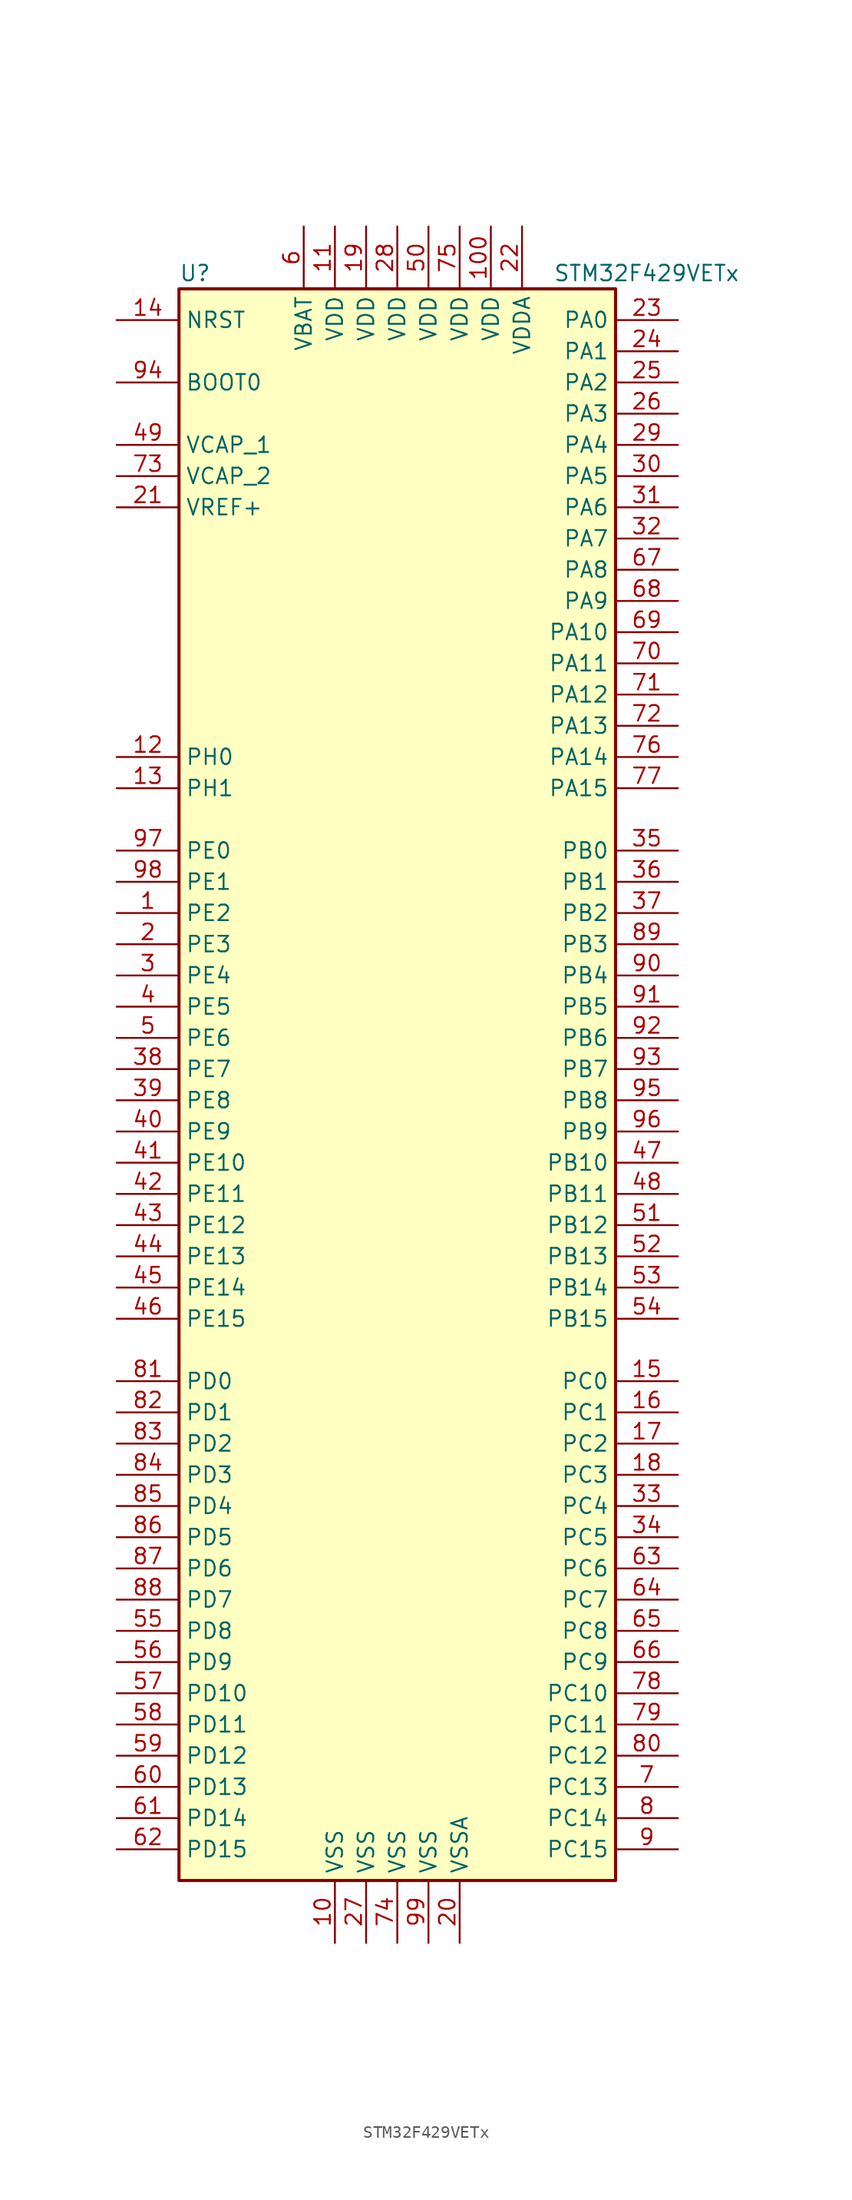
<source format=kicad_sym>
(kicad_symbol_lib
  (version 20201005)
  (generator kicad_symbol_editor)
  (symbol "MCU_ST_STM32F4:STM32F429VETx"
    (property "Reference" "U"
      (at -17.78 64.77 0)
      (effects (font (size 1.27 1.27)) (justify left)))
    (property "Value" "STM32F429VETx"
      (at 12.7 64.77 0)
      (effects (font (size 1.27 1.27)) (justify left)))
    (symbol "STM32F429VETx_0_1"
      (rectangle (start -17.78 -66.04) (end 17.78 63.5) (stroke (width 0.254)) (fill (type background))))
    (symbol "STM32F429VETx_1_1"
      (pin input line (at -22.86 55.88 0) (length 5.08) (name "BOOT0" (effects (font (size 1.27 1.27)))) (number "94" (effects (font (size 1.27 1.27)))))
      (pin input line (at -22.86 60.96 0) (length 5.08) (name "NRST" (effects (font (size 1.27 1.27)))) (number "14" (effects (font (size 1.27 1.27)))))
      (pin bidirectional line (at 22.86 60.96 180) (length 5.08) (name "PA0" (effects (font (size 1.27 1.27)))) (number "23" (effects (font (size 1.27 1.27)))))
      (pin bidirectional line (at 22.86 58.42 180) (length 5.08) (name "PA1" (effects (font (size 1.27 1.27)))) (number "24" (effects (font (size 1.27 1.27)))))
      (pin bidirectional line (at 22.86 35.56 180) (length 5.08) (name "PA10" (effects (font (size 1.27 1.27)))) (number "69" (effects (font (size 1.27 1.27)))))
      (pin bidirectional line (at 22.86 33.02 180) (length 5.08) (name "PA11" (effects (font (size 1.27 1.27)))) (number "70" (effects (font (size 1.27 1.27)))))
      (pin bidirectional line (at 22.86 30.48 180) (length 5.08) (name "PA12" (effects (font (size 1.27 1.27)))) (number "71" (effects (font (size 1.27 1.27)))))
      (pin bidirectional line (at 22.86 27.94 180) (length 5.08) (name "PA13" (effects (font (size 1.27 1.27)))) (number "72" (effects (font (size 1.27 1.27)))))
      (pin bidirectional line (at 22.86 25.4 180) (length 5.08) (name "PA14" (effects (font (size 1.27 1.27)))) (number "76" (effects (font (size 1.27 1.27)))))
      (pin bidirectional line (at 22.86 22.86 180) (length 5.08) (name "PA15" (effects (font (size 1.27 1.27)))) (number "77" (effects (font (size 1.27 1.27)))))
      (pin bidirectional line (at 22.86 55.88 180) (length 5.08) (name "PA2" (effects (font (size 1.27 1.27)))) (number "25" (effects (font (size 1.27 1.27)))))
      (pin bidirectional line (at 22.86 53.34 180) (length 5.08) (name "PA3" (effects (font (size 1.27 1.27)))) (number "26" (effects (font (size 1.27 1.27)))))
      (pin bidirectional line (at 22.86 50.8 180) (length 5.08) (name "PA4" (effects (font (size 1.27 1.27)))) (number "29" (effects (font (size 1.27 1.27)))))
      (pin bidirectional line (at 22.86 48.26 180) (length 5.08) (name "PA5" (effects (font (size 1.27 1.27)))) (number "30" (effects (font (size 1.27 1.27)))))
      (pin bidirectional line (at 22.86 45.72 180) (length 5.08) (name "PA6" (effects (font (size 1.27 1.27)))) (number "31" (effects (font (size 1.27 1.27)))))
      (pin bidirectional line (at 22.86 43.18 180) (length 5.08) (name "PA7" (effects (font (size 1.27 1.27)))) (number "32" (effects (font (size 1.27 1.27)))))
      (pin bidirectional line (at 22.86 40.64 180) (length 5.08) (name "PA8" (effects (font (size 1.27 1.27)))) (number "67" (effects (font (size 1.27 1.27)))))
      (pin bidirectional line (at 22.86 38.1 180) (length 5.08) (name "PA9" (effects (font (size 1.27 1.27)))) (number "68" (effects (font (size 1.27 1.27)))))
      (pin bidirectional line (at 22.86 17.78 180) (length 5.08) (name "PB0" (effects (font (size 1.27 1.27)))) (number "35" (effects (font (size 1.27 1.27)))))
      (pin bidirectional line (at 22.86 15.24 180) (length 5.08) (name "PB1" (effects (font (size 1.27 1.27)))) (number "36" (effects (font (size 1.27 1.27)))))
      (pin bidirectional line (at 22.86 -7.62 180) (length 5.08) (name "PB10" (effects (font (size 1.27 1.27)))) (number "47" (effects (font (size 1.27 1.27)))))
      (pin bidirectional line (at 22.86 -10.16 180) (length 5.08) (name "PB11" (effects (font (size 1.27 1.27)))) (number "48" (effects (font (size 1.27 1.27)))))
      (pin bidirectional line (at 22.86 -12.7 180) (length 5.08) (name "PB12" (effects (font (size 1.27 1.27)))) (number "51" (effects (font (size 1.27 1.27)))))
      (pin bidirectional line (at 22.86 -15.24 180) (length 5.08) (name "PB13" (effects (font (size 1.27 1.27)))) (number "52" (effects (font (size 1.27 1.27)))))
      (pin bidirectional line (at 22.86 -17.78 180) (length 5.08) (name "PB14" (effects (font (size 1.27 1.27)))) (number "53" (effects (font (size 1.27 1.27)))))
      (pin bidirectional line (at 22.86 -20.32 180) (length 5.08) (name "PB15" (effects (font (size 1.27 1.27)))) (number "54" (effects (font (size 1.27 1.27)))))
      (pin bidirectional line (at 22.86 12.7 180) (length 5.08) (name "PB2" (effects (font (size 1.27 1.27)))) (number "37" (effects (font (size 1.27 1.27)))))
      (pin bidirectional line (at 22.86 10.16 180) (length 5.08) (name "PB3" (effects (font (size 1.27 1.27)))) (number "89" (effects (font (size 1.27 1.27)))))
      (pin bidirectional line (at 22.86 7.62 180) (length 5.08) (name "PB4" (effects (font (size 1.27 1.27)))) (number "90" (effects (font (size 1.27 1.27)))))
      (pin bidirectional line (at 22.86 5.08 180) (length 5.08) (name "PB5" (effects (font (size 1.27 1.27)))) (number "91" (effects (font (size 1.27 1.27)))))
      (pin bidirectional line (at 22.86 2.54 180) (length 5.08) (name "PB6" (effects (font (size 1.27 1.27)))) (number "92" (effects (font (size 1.27 1.27)))))
      (pin bidirectional line (at 22.86 0 180) (length 5.08) (name "PB7" (effects (font (size 1.27 1.27)))) (number "93" (effects (font (size 1.27 1.27)))))
      (pin bidirectional line (at 22.86 -2.54 180) (length 5.08) (name "PB8" (effects (font (size 1.27 1.27)))) (number "95" (effects (font (size 1.27 1.27)))))
      (pin bidirectional line (at 22.86 -5.08 180) (length 5.08) (name "PB9" (effects (font (size 1.27 1.27)))) (number "96" (effects (font (size 1.27 1.27)))))
      (pin bidirectional line (at 22.86 -25.4 180) (length 5.08) (name "PC0" (effects (font (size 1.27 1.27)))) (number "15" (effects (font (size 1.27 1.27)))))
      (pin bidirectional line (at 22.86 -27.94 180) (length 5.08) (name "PC1" (effects (font (size 1.27 1.27)))) (number "16" (effects (font (size 1.27 1.27)))))
      (pin bidirectional line (at 22.86 -50.8 180) (length 5.08) (name "PC10" (effects (font (size 1.27 1.27)))) (number "78" (effects (font (size 1.27 1.27)))))
      (pin bidirectional line (at 22.86 -53.34 180) (length 5.08) (name "PC11" (effects (font (size 1.27 1.27)))) (number "79" (effects (font (size 1.27 1.27)))))
      (pin bidirectional line (at 22.86 -55.88 180) (length 5.08) (name "PC12" (effects (font (size 1.27 1.27)))) (number "80" (effects (font (size 1.27 1.27)))))
      (pin bidirectional line (at 22.86 -58.42 180) (length 5.08) (name "PC13" (effects (font (size 1.27 1.27)))) (number "7" (effects (font (size 1.27 1.27)))))
      (pin bidirectional line (at 22.86 -60.96 180) (length 5.08) (name "PC14" (effects (font (size 1.27 1.27)))) (number "8" (effects (font (size 1.27 1.27)))))
      (pin bidirectional line (at 22.86 -63.5 180) (length 5.08) (name "PC15" (effects (font (size 1.27 1.27)))) (number "9" (effects (font (size 1.27 1.27)))))
      (pin bidirectional line (at 22.86 -30.48 180) (length 5.08) (name "PC2" (effects (font (size 1.27 1.27)))) (number "17" (effects (font (size 1.27 1.27)))))
      (pin bidirectional line (at 22.86 -33.02 180) (length 5.08) (name "PC3" (effects (font (size 1.27 1.27)))) (number "18" (effects (font (size 1.27 1.27)))))
      (pin bidirectional line (at 22.86 -35.56 180) (length 5.08) (name "PC4" (effects (font (size 1.27 1.27)))) (number "33" (effects (font (size 1.27 1.27)))))
      (pin bidirectional line (at 22.86 -38.1 180) (length 5.08) (name "PC5" (effects (font (size 1.27 1.27)))) (number "34" (effects (font (size 1.27 1.27)))))
      (pin bidirectional line (at 22.86 -40.64 180) (length 5.08) (name "PC6" (effects (font (size 1.27 1.27)))) (number "63" (effects (font (size 1.27 1.27)))))
      (pin bidirectional line (at 22.86 -43.18 180) (length 5.08) (name "PC7" (effects (font (size 1.27 1.27)))) (number "64" (effects (font (size 1.27 1.27)))))
      (pin bidirectional line (at 22.86 -45.72 180) (length 5.08) (name "PC8" (effects (font (size 1.27 1.27)))) (number "65" (effects (font (size 1.27 1.27)))))
      (pin bidirectional line (at 22.86 -48.26 180) (length 5.08) (name "PC9" (effects (font (size 1.27 1.27)))) (number "66" (effects (font (size 1.27 1.27)))))
      (pin bidirectional line (at -22.86 -25.4 0) (length 5.08) (name "PD0" (effects (font (size 1.27 1.27)))) (number "81" (effects (font (size 1.27 1.27)))))
      (pin bidirectional line (at -22.86 -27.94 0) (length 5.08) (name "PD1" (effects (font (size 1.27 1.27)))) (number "82" (effects (font (size 1.27 1.27)))))
      (pin bidirectional line (at -22.86 -50.8 0) (length 5.08) (name "PD10" (effects (font (size 1.27 1.27)))) (number "57" (effects (font (size 1.27 1.27)))))
      (pin bidirectional line (at -22.86 -53.34 0) (length 5.08) (name "PD11" (effects (font (size 1.27 1.27)))) (number "58" (effects (font (size 1.27 1.27)))))
      (pin bidirectional line (at -22.86 -55.88 0) (length 5.08) (name "PD12" (effects (font (size 1.27 1.27)))) (number "59" (effects (font (size 1.27 1.27)))))
      (pin bidirectional line (at -22.86 -58.42 0) (length 5.08) (name "PD13" (effects (font (size 1.27 1.27)))) (number "60" (effects (font (size 1.27 1.27)))))
      (pin bidirectional line (at -22.86 -60.96 0) (length 5.08) (name "PD14" (effects (font (size 1.27 1.27)))) (number "61" (effects (font (size 1.27 1.27)))))
      (pin bidirectional line (at -22.86 -63.5 0) (length 5.08) (name "PD15" (effects (font (size 1.27 1.27)))) (number "62" (effects (font (size 1.27 1.27)))))
      (pin bidirectional line (at -22.86 -30.48 0) (length 5.08) (name "PD2" (effects (font (size 1.27 1.27)))) (number "83" (effects (font (size 1.27 1.27)))))
      (pin bidirectional line (at -22.86 -33.02 0) (length 5.08) (name "PD3" (effects (font (size 1.27 1.27)))) (number "84" (effects (font (size 1.27 1.27)))))
      (pin bidirectional line (at -22.86 -35.56 0) (length 5.08) (name "PD4" (effects (font (size 1.27 1.27)))) (number "85" (effects (font (size 1.27 1.27)))))
      (pin bidirectional line (at -22.86 -38.1 0) (length 5.08) (name "PD5" (effects (font (size 1.27 1.27)))) (number "86" (effects (font (size 1.27 1.27)))))
      (pin bidirectional line (at -22.86 -40.64 0) (length 5.08) (name "PD6" (effects (font (size 1.27 1.27)))) (number "87" (effects (font (size 1.27 1.27)))))
      (pin bidirectional line (at -22.86 -43.18 0) (length 5.08) (name "PD7" (effects (font (size 1.27 1.27)))) (number "88" (effects (font (size 1.27 1.27)))))
      (pin bidirectional line (at -22.86 -45.72 0) (length 5.08) (name "PD8" (effects (font (size 1.27 1.27)))) (number "55" (effects (font (size 1.27 1.27)))))
      (pin bidirectional line (at -22.86 -48.26 0) (length 5.08) (name "PD9" (effects (font (size 1.27 1.27)))) (number "56" (effects (font (size 1.27 1.27)))))
      (pin bidirectional line (at -22.86 17.78 0) (length 5.08) (name "PE0" (effects (font (size 1.27 1.27)))) (number "97" (effects (font (size 1.27 1.27)))))
      (pin bidirectional line (at -22.86 15.24 0) (length 5.08) (name "PE1" (effects (font (size 1.27 1.27)))) (number "98" (effects (font (size 1.27 1.27)))))
      (pin bidirectional line (at -22.86 -7.62 0) (length 5.08) (name "PE10" (effects (font (size 1.27 1.27)))) (number "41" (effects (font (size 1.27 1.27)))))
      (pin bidirectional line (at -22.86 -10.16 0) (length 5.08) (name "PE11" (effects (font (size 1.27 1.27)))) (number "42" (effects (font (size 1.27 1.27)))))
      (pin bidirectional line (at -22.86 -12.7 0) (length 5.08) (name "PE12" (effects (font (size 1.27 1.27)))) (number "43" (effects (font (size 1.27 1.27)))))
      (pin bidirectional line (at -22.86 -15.24 0) (length 5.08) (name "PE13" (effects (font (size 1.27 1.27)))) (number "44" (effects (font (size 1.27 1.27)))))
      (pin bidirectional line (at -22.86 -17.78 0) (length 5.08) (name "PE14" (effects (font (size 1.27 1.27)))) (number "45" (effects (font (size 1.27 1.27)))))
      (pin bidirectional line (at -22.86 -20.32 0) (length 5.08) (name "PE15" (effects (font (size 1.27 1.27)))) (number "46" (effects (font (size 1.27 1.27)))))
      (pin bidirectional line (at -22.86 12.7 0) (length 5.08) (name "PE2" (effects (font (size 1.27 1.27)))) (number "1" (effects (font (size 1.27 1.27)))))
      (pin bidirectional line (at -22.86 10.16 0) (length 5.08) (name "PE3" (effects (font (size 1.27 1.27)))) (number "2" (effects (font (size 1.27 1.27)))))
      (pin bidirectional line (at -22.86 7.62 0) (length 5.08) (name "PE4" (effects (font (size 1.27 1.27)))) (number "3" (effects (font (size 1.27 1.27)))))
      (pin bidirectional line (at -22.86 5.08 0) (length 5.08) (name "PE5" (effects (font (size 1.27 1.27)))) (number "4" (effects (font (size 1.27 1.27)))))
      (pin bidirectional line (at -22.86 2.54 0) (length 5.08) (name "PE6" (effects (font (size 1.27 1.27)))) (number "5" (effects (font (size 1.27 1.27)))))
      (pin bidirectional line (at -22.86 0 0) (length 5.08) (name "PE7" (effects (font (size 1.27 1.27)))) (number "38" (effects (font (size 1.27 1.27)))))
      (pin bidirectional line (at -22.86 -2.54 0) (length 5.08) (name "PE8" (effects (font (size 1.27 1.27)))) (number "39" (effects (font (size 1.27 1.27)))))
      (pin bidirectional line (at -22.86 -5.08 0) (length 5.08) (name "PE9" (effects (font (size 1.27 1.27)))) (number "40" (effects (font (size 1.27 1.27)))))
      (pin input line (at -22.86 25.4 0) (length 5.08) (name "PH0" (effects (font (size 1.27 1.27)))) (number "12" (effects (font (size 1.27 1.27)))))
      (pin input line (at -22.86 22.86 0) (length 5.08) (name "PH1" (effects (font (size 1.27 1.27)))) (number "13" (effects (font (size 1.27 1.27)))))
      (pin power_in line (at -7.62 68.58 270) (length 5.08) (name "VBAT" (effects (font (size 1.27 1.27)))) (number "6" (effects (font (size 1.27 1.27)))))
      (pin power_in line (at -22.86 50.8 0) (length 5.08) (name "VCAP_1" (effects (font (size 1.27 1.27)))) (number "49" (effects (font (size 1.27 1.27)))))
      (pin power_in line (at -22.86 48.26 0) (length 5.08) (name "VCAP_2" (effects (font (size 1.27 1.27)))) (number "73" (effects (font (size 1.27 1.27)))))
      (pin power_in line (at 7.62 68.58 270) (length 5.08) (name "VDD" (effects (font (size 1.27 1.27)))) (number "100" (effects (font (size 1.27 1.27)))))
      (pin power_in line (at -5.08 68.58 270) (length 5.08) (name "VDD" (effects (font (size 1.27 1.27)))) (number "11" (effects (font (size 1.27 1.27)))))
      (pin power_in line (at -2.54 68.58 270) (length 5.08) (name "VDD" (effects (font (size 1.27 1.27)))) (number "19" (effects (font (size 1.27 1.27)))))
      (pin power_in line (at 0 68.58 270) (length 5.08) (name "VDD" (effects (font (size 1.27 1.27)))) (number "28" (effects (font (size 1.27 1.27)))))
      (pin power_in line (at 2.54 68.58 270) (length 5.08) (name "VDD" (effects (font (size 1.27 1.27)))) (number "50" (effects (font (size 1.27 1.27)))))
      (pin power_in line (at 5.08 68.58 270) (length 5.08) (name "VDD" (effects (font (size 1.27 1.27)))) (number "75" (effects (font (size 1.27 1.27)))))
      (pin power_in line (at 10.16 68.58 270) (length 5.08) (name "VDDA" (effects (font (size 1.27 1.27)))) (number "22" (effects (font (size 1.27 1.27)))))
      (pin power_in line (at -22.86 45.72 0) (length 5.08) (name "VREF+" (effects (font (size 1.27 1.27)))) (number "21" (effects (font (size 1.27 1.27)))))
      (pin power_in line (at -5.08 -71.12 90) (length 5.08) (name "VSS" (effects (font (size 1.27 1.27)))) (number "10" (effects (font (size 1.27 1.27)))))
      (pin power_in line (at -2.54 -71.12 90) (length 5.08) (name "VSS" (effects (font (size 1.27 1.27)))) (number "27" (effects (font (size 1.27 1.27)))))
      (pin power_in line (at 0 -71.12 90) (length 5.08) (name "VSS" (effects (font (size 1.27 1.27)))) (number "74" (effects (font (size 1.27 1.27)))))
      (pin power_in line (at 2.54 -71.12 90) (length 5.08) (name "VSS" (effects (font (size 1.27 1.27)))) (number "99" (effects (font (size 1.27 1.27)))))
      (pin power_in line (at 5.08 -71.12 90) (length 5.08) (name "VSSA" (effects (font (size 1.27 1.27)))) (number "20" (effects (font (size 1.27 1.27))))))))
</source>
